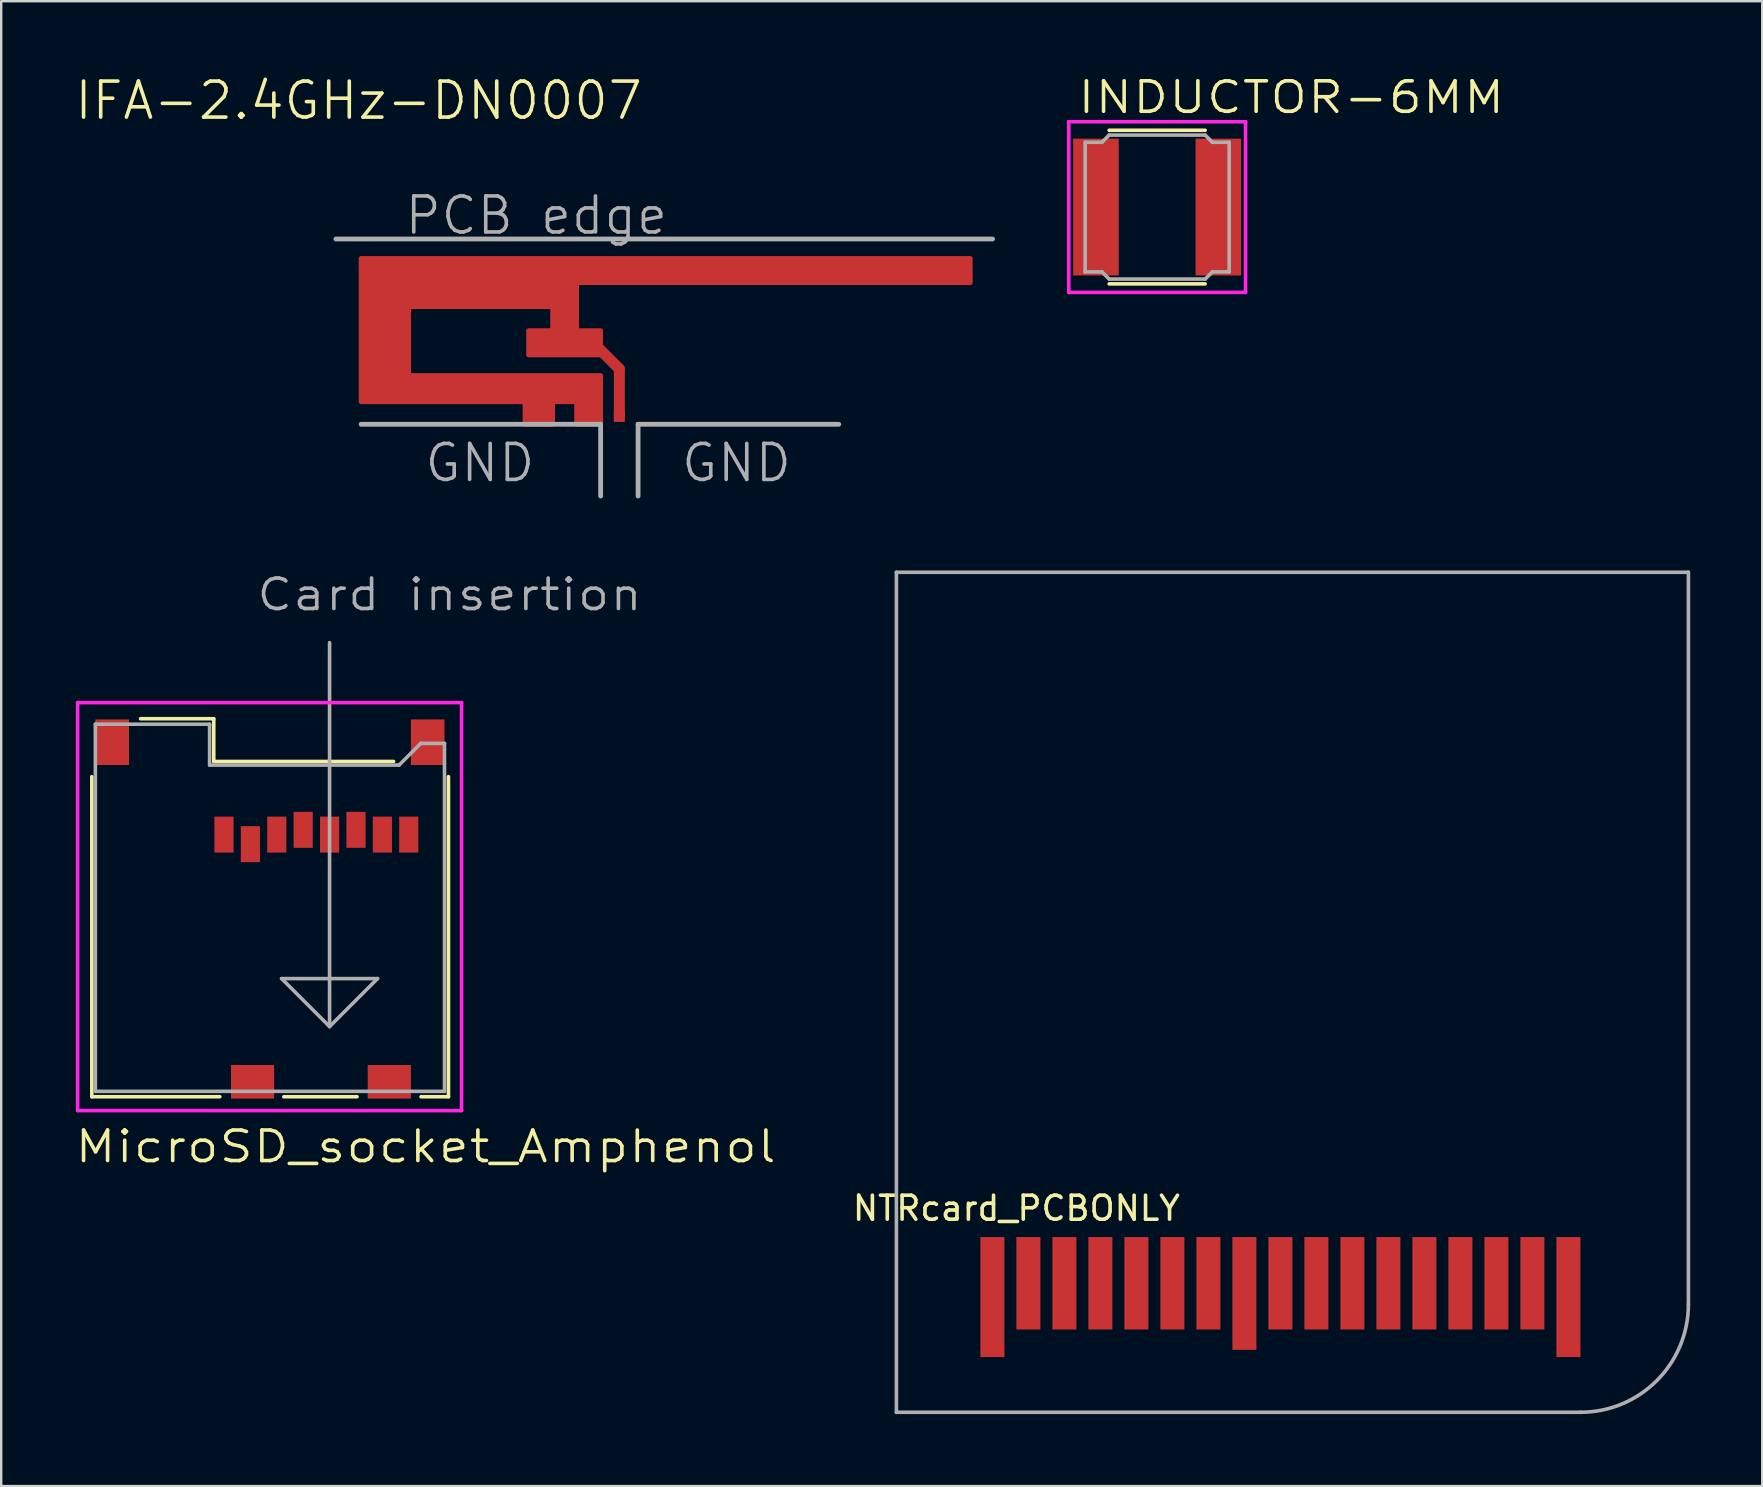
<source format=kicad_pcb>
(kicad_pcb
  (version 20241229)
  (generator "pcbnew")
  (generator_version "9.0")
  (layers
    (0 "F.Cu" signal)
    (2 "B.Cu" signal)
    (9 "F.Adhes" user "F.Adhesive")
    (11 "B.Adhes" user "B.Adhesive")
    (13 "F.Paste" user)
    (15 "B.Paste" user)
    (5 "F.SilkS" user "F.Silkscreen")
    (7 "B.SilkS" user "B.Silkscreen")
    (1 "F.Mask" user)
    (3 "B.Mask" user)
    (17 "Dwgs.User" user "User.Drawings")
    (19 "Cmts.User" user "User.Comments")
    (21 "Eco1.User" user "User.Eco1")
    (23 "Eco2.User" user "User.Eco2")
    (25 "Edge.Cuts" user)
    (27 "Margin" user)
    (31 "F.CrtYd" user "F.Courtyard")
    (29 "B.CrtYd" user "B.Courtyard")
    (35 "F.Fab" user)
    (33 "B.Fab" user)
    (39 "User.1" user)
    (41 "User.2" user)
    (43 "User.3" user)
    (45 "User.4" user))
  (footprint "INDUCTOR-6MM"
    (layer "F.Cu")
    (at 45.164 5.578)
    (property "Reference" "INDUCTOR-6MM" (at 5.588 -4.572 0) (layer "F.SilkS") (effects (font (size 1.27 1.5) (thickness 0.15))))
    (attr through_hole)
    (fp_line (start -2 -3.2) (end 2 -3.2) (stroke (width 0.15) (type solid)) (layer "F.SilkS"))
    (fp_line (start -2 3.2) (end 2 3.2) (stroke (width 0.15) (type solid)) (layer "F.SilkS"))
    (fp_line (start -3.683 -3.556) (end 3.683 -3.556) (stroke (width 0.15) (type solid)) (layer "F.CrtYd"))
    (fp_line (start -3.683 3.556) (end -3.683 -3.556) (stroke (width 0.15) (type solid)) (layer "F.CrtYd"))
    (fp_line (start 3.683 -3.556) (end 3.683 3.556) (stroke (width 0.15) (type solid)) (layer "F.CrtYd"))
    (fp_line (start 3.683 3.556) (end -3.683 3.556) (stroke (width 0.15) (type solid)) (layer "F.CrtYd"))
    (fp_line (start -3 -2.7) (end -2.3 -2.7) (stroke (width 0.15) (type solid)) (layer "F.Fab"))
    (fp_line (start -3 2.7) (end -3 -2.7) (stroke (width 0.15) (type solid)) (layer "F.Fab"))
    (fp_line (start -2.3 -2.7) (end -2 -3) (stroke (width 0.15) (type solid)) (layer "F.Fab"))
    (fp_line (start -2.3 2.7) (end -3 2.7) (stroke (width 0.15) (type solid)) (layer "F.Fab"))
    (fp_line (start -2 -3) (end 2 -3) (stroke (width 0.15) (type solid)) (layer "F.Fab"))
    (fp_line (start -2 3) (end -2.3 2.7) (stroke (width 0.15) (type solid)) (layer "F.Fab"))
    (fp_line (start 2 -3) (end 2.3 -2.7) (stroke (width 0.15) (type solid)) (layer "F.Fab"))
    (fp_line (start 2 3) (end -2 3) (stroke (width 0.15) (type solid)) (layer "F.Fab"))
    (fp_line (start 2.3 -2.7) (end 3 -2.7) (stroke (width 0.15) (type solid)) (layer "F.Fab"))
    (fp_line (start 2.3 2.7) (end 2 3) (stroke (width 0.15) (type solid)) (layer "F.Fab"))
    (fp_line (start 3 -2.7) (end 3 2.7) (stroke (width 0.15) (type solid)) (layer "F.Fab"))
    (fp_line (start 3 2.7) (end 2.3 2.7) (stroke (width 0.15) (type solid)) (layer "F.Fab"))
    (pad "1" smd rect (at -2.55 0) (size 1.9 5.7) (layers "F.Cu" "F.Mask" "F.Paste"))
    (pad "2" smd rect (at 2.55 0) (size 1.9 5.7) (layers "F.Cu" "F.Mask" "F.Paste")))
  (footprint "MicroSD_socket_Amphenol"
    (layer "F.Cu")
    (at 10.682 31.724)
    (property "Reference" "MicroSD_socket_Amphenol" (at 4 13 0) (layer "F.SilkS") (effects (font (size 1.27 1.5) (thickness 0.15))))
    (attr smd)
    (fp_line (start -9.906 10.922) (end -9.906 -2.413) (stroke (width 0.15) (type solid)) (layer "F.SilkS"))
    (fp_line (start -7.874 -4.826) (end -4.826 -4.826) (stroke (width 0.15) (type solid)) (layer "F.SilkS"))
    (fp_line (start -4.826 -4.826) (end -4.826 -3.048) (stroke (width 0.15) (type solid)) (layer "F.SilkS"))
    (fp_line (start -4.826 -3.048) (end 2.667 -3.048) (stroke (width 0.15) (type solid)) (layer "F.SilkS"))
    (fp_line (start -4.572 10.922) (end -9.906 10.922) (stroke (width 0.15) (type solid)) (layer "F.SilkS"))
    (fp_line (start 1.143 10.922) (end -1.905 10.922) (stroke (width 0.15) (type solid)) (layer "F.SilkS"))
    (fp_line (start 4.953 -2.413) (end 4.953 10.922) (stroke (width 0.15) (type solid)) (layer "F.SilkS"))
    (fp_line (start 4.953 10.922) (end 3.81 10.922) (stroke (width 0.15) (type solid)) (layer "F.SilkS"))
    (fp_line (start -10.498 -5.499) (end 5.499 -5.499) (stroke (width 0.15) (type solid)) (layer "F.CrtYd"))
    (fp_line (start -10.498 11.499) (end -10.498 -5.499) (stroke (width 0.15) (type solid)) (layer "F.CrtYd"))
    (fp_line (start -10.498 11.499) (end 5.499 11.499) (stroke (width 0.15) (type solid)) (layer "F.CrtYd"))
    (fp_line (start 5.499 11.499) (end 5.499 -5.499) (stroke (width 0.15) (type solid)) (layer "F.CrtYd"))
    (fp_line (start -9.759 -4.6) (end -9.759 10.698) (stroke (width 0.15) (type solid)) (layer "F.Fab"))
    (fp_line (start -9.759 10.698) (end 4.788 10.698) (stroke (width 0.15) (type solid)) (layer "F.Fab"))
    (fp_line (start -4.999 -4.6) (end -9.759 -4.6) (stroke (width 0.15) (type solid)) (layer "F.Fab"))
    (fp_line (start -4.999 -2.898) (end -4.999 -4.6) (stroke (width 0.15) (type solid)) (layer "F.Fab"))
    (fp_line (start -1.999 5.999) (end 1.999 5.999) (stroke (width 0.15) (type solid)) (layer "F.Fab"))
    (fp_line (start 0 -7.998) (end 0 7.998) (stroke (width 0.15) (type solid)) (layer "F.Fab"))
    (fp_line (start 0 7.998) (end -1.999 5.999) (stroke (width 0.15) (type solid)) (layer "F.Fab"))
    (fp_line (start 1.999 5.999) (end 0 7.998) (stroke (width 0.15) (type solid)) (layer "F.Fab"))
    (fp_line (start 2.898 -2.898) (end -4.999 -2.898) (stroke (width 0.15) (type solid)) (layer "F.Fab"))
    (fp_line (start 3.8 -3.8) (end 2.898 -2.898) (stroke (width 0.15) (type solid)) (layer "F.Fab"))
    (fp_line (start 4.788 -3.8) (end 3.8 -3.8) (stroke (width 0.15) (type solid)) (layer "F.Fab"))
    (fp_line (start 4.788 10.698) (end 4.788 -3.8) (stroke (width 0.15) (type solid)) (layer "F.Fab"))
    (fp_text user "Card insertion" (at 5 -10 0) (layer "F.Fab") (effects (font (size 1.27 1.5) (thickness 0.15))))
    (pad "1" smd rect (at -4.399 0) (size 0.798 1.499) (layers "F.Cu" "F.Mask" "F.Paste"))
    (pad "2" smd rect (at -3.299 0.399) (size 0.798 1.499) (layers "F.Cu" "F.Mask" "F.Paste"))
    (pad "3" smd rect (at -2.2 0) (size 0.798 1.499) (layers "F.Cu" "F.Mask" "F.Paste"))
    (pad "4" smd rect (at -1.1 -0.198) (size 0.798 1.499) (layers "F.Cu" "F.Mask" "F.Paste"))
    (pad "5" smd rect (at 0 0) (size 0.798 1.499) (layers "F.Cu" "F.Mask" "F.Paste"))
    (pad "6" smd rect (at 1.1 -0.198) (size 0.798 1.499) (layers "F.Cu" "F.Mask" "F.Paste"))
    (pad "7" smd rect (at 2.2 0) (size 0.798 1.499) (layers "F.Cu" "F.Mask" "F.Paste"))
    (pad "8" smd rect (at 3.299 0) (size 0.798 1.499) (layers "F.Cu" "F.Mask" "F.Paste"))
    (pad "CD" smd rect (at 2.489 10.3) (size 1.798 1.4) (layers "F.Cu" "F.Mask" "F.Paste"))
    (pad "GND1" smd rect (at -9.058 -3.848) (size 1.4 1.9) (layers "F.Cu" "F.Mask" "F.Paste"))
    (pad "GND2" smd rect (at 4.089 -3.848) (size 1.4 1.9) (layers "F.Cu" "F.Mask" "F.Paste"))
    (pad "GND3" smd rect (at -3.208 10.3) (size 1.798 1.4) (layers "F.Cu" "F.Mask" "F.Paste")))
  (footprint "IFA-2.4GHz-DN0007"
    (layer "F.Cu")
    (at 11.896 7.618)
    (property "Reference" "IFA-2.4GHz-DN0007" (at 0 -6.477 0) (layer "F.SilkS") (effects (font (size 1.5 1.5) (thickness 0.15))))
    (attr through_hole)
    (fp_line (start 10.859 4.7) (end 9.959 3.8) (stroke (width 0.457) (type solid)) (layer "F.Cu"))
    (fp_line (start 10.859 6.681) (end 10.859 4.7) (stroke (width 0.457) (type solid)) (layer "F.Cu"))
    (fp_poly (pts (xy 0.1 0.1) (xy 25.48 0.1) (xy 25.48 1.11) (xy 9.08 1.11) (xy 9.08 3.11) (xy 10.08 3.11) (xy 10.08 4.12) (xy 7.08 4.12) (xy 7.08 3.11) (xy 8.08 3.11) (xy 8.08 2.11) (xy 2.08 2.11) (xy 2.08 4.98) (xy 10.08 4.98) (xy 10.08 7.01) (xy 9.08 7.01) (xy 9.08 6.07) (xy 8.08 6.07) (xy 8.08 7.01) (xy 6.93 7.01) (xy 6.93 6.07) (xy 0.1 6.07) (xy 0.1 0.1)) (stroke (width 0.2) (type solid)) (fill yes) (layer "F.Cu"))
    (fp_line (start -0.95 -0.71) (end 26.41 -0.71) (stroke (width 0.2) (type solid)) (layer "F.Fab"))
    (fp_line (start 0.1 7.01) (end 10.08 7.01) (stroke (width 0.2) (type solid)) (layer "F.Fab"))
    (fp_line (start 10.08 7.01) (end 10.08 10) (stroke (width 0.2) (type solid)) (layer "F.Fab"))
    (fp_line (start 11.64 7.01) (end 11.64 10) (stroke (width 0.2) (type solid)) (layer "F.Fab"))
    (fp_line (start 11.64 7.01) (end 20 7.01) (stroke (width 0.2) (type solid)) (layer "F.Fab"))
    (fp_text user "GND" (at 15.74 8.62 0) (layer "F.Fab") (effects (font (size 1.5 1.5) (thickness 0.15))))
    (fp_text user "GND" (at 5.05 8.62 0) (layer "F.Fab") (effects (font (size 1.5 1.5) (thickness 0.15))))
    (fp_text user "PCB edge" (at 7.4 -1.69 0) (layer "F.Fab") (effects (font (size 1.5 1.5) (thickness 0.15))))
    (pad "2" smd rect (at 9.58 6.96) (size 0.1 0.1) (layers "F.Cu"))
    (pad "3" smd rect (at 10.859 6.68) (size 0.457 0.457) (layers "F.Cu")))
  (footprint "NTRcard_PCBONLY"
    (layer "F.Cu")
    (at 50.299 38.293)
    (property "Reference" "NTRcard_PCBONLY" (at -11 9 0) (layer "F.SilkS") (effects (font (size 1 1) (thickness 0.15))))
    (attr through_hole)
    (fp_line (start -16 -17.5) (end -16 17.5) (stroke (width 0.15) (type solid)) (layer "F.Fab"))
    (fp_line (start -16 -17.5) (end 17 -17.5) (stroke (width 0.15) (type solid)) (layer "F.Fab"))
    (fp_line (start -16 17.5) (end 12.5 17.5) (stroke (width 0.15) (type solid)) (layer "F.Fab"))
    (fp_line (start 17 -17.5) (end 17 13) (stroke (width 0.15) (type solid)) (layer "F.Fab"))
    (fp_arc (start 17 13) (mid 15.681981 16.181981) (end 12.5 17.5) (stroke (width 0.15) (type solid)) (layer "F.Fab"))
    (pad "1" smd rect (at -12 12.7) (size 1 5) (layers "F.Cu" "F.Mask"))
    (pad "2" smd rect (at -10.5 12.125) (size 1 3.85) (layers "F.Cu" "F.Mask"))
    (pad "3" smd rect (at -9 12.125) (size 1 3.85) (layers "F.Cu" "F.Mask"))
    (pad "4" smd rect (at -7.5 12.125) (size 1 3.85) (layers "F.Cu" "F.Mask"))
    (pad "5" smd rect (at -6 12.125) (size 1 3.85) (layers "F.Cu" "F.Mask"))
    (pad "6" smd rect (at -4.5 12.125) (size 1 3.85) (layers "F.Cu" "F.Mask"))
    (pad "7" smd rect (at -3 12.125) (size 1 3.85) (layers "F.Cu" "F.Mask"))
    (pad "8" smd rect (at -1.5 12.55) (size 1 4.7) (layers "F.Cu" "F.Mask"))
    (pad "9" smd rect (at 0 12.125) (size 1 3.85) (layers "F.Cu" "F.Mask"))
    (pad "10" smd rect (at 1.5 12.125) (size 1 3.85) (layers "F.Cu" "F.Mask"))
    (pad "11" smd rect (at 3 12.125) (size 1 3.85) (layers "F.Cu" "F.Mask"))
    (pad "12" smd rect (at 4.5 12.125) (size 1 3.85) (layers "F.Cu" "F.Mask"))
    (pad "13" smd rect (at 6 12.125) (size 1 3.85) (layers "F.Cu" "F.Mask"))
    (pad "14" smd rect (at 7.5 12.125) (size 1 3.85) (layers "F.Cu" "F.Mask"))
    (pad "15" smd rect (at 9 12.125) (size 1 3.85) (layers "F.Cu" "F.Mask"))
    (pad "16" smd rect (at 10.5 12.125) (size 1 3.85) (layers "F.Cu" "F.Mask"))
    (pad "17" smd rect (at 12 12.7) (size 1 5) (layers "F.Cu" "F.Mask")))
  (gr_rect
    (start -3 -3)
    (end 70.374 58.868)
    (stroke (width 0.1) (type default))
    (fill no)
    (layer "Edge.Cuts")))
</source>
